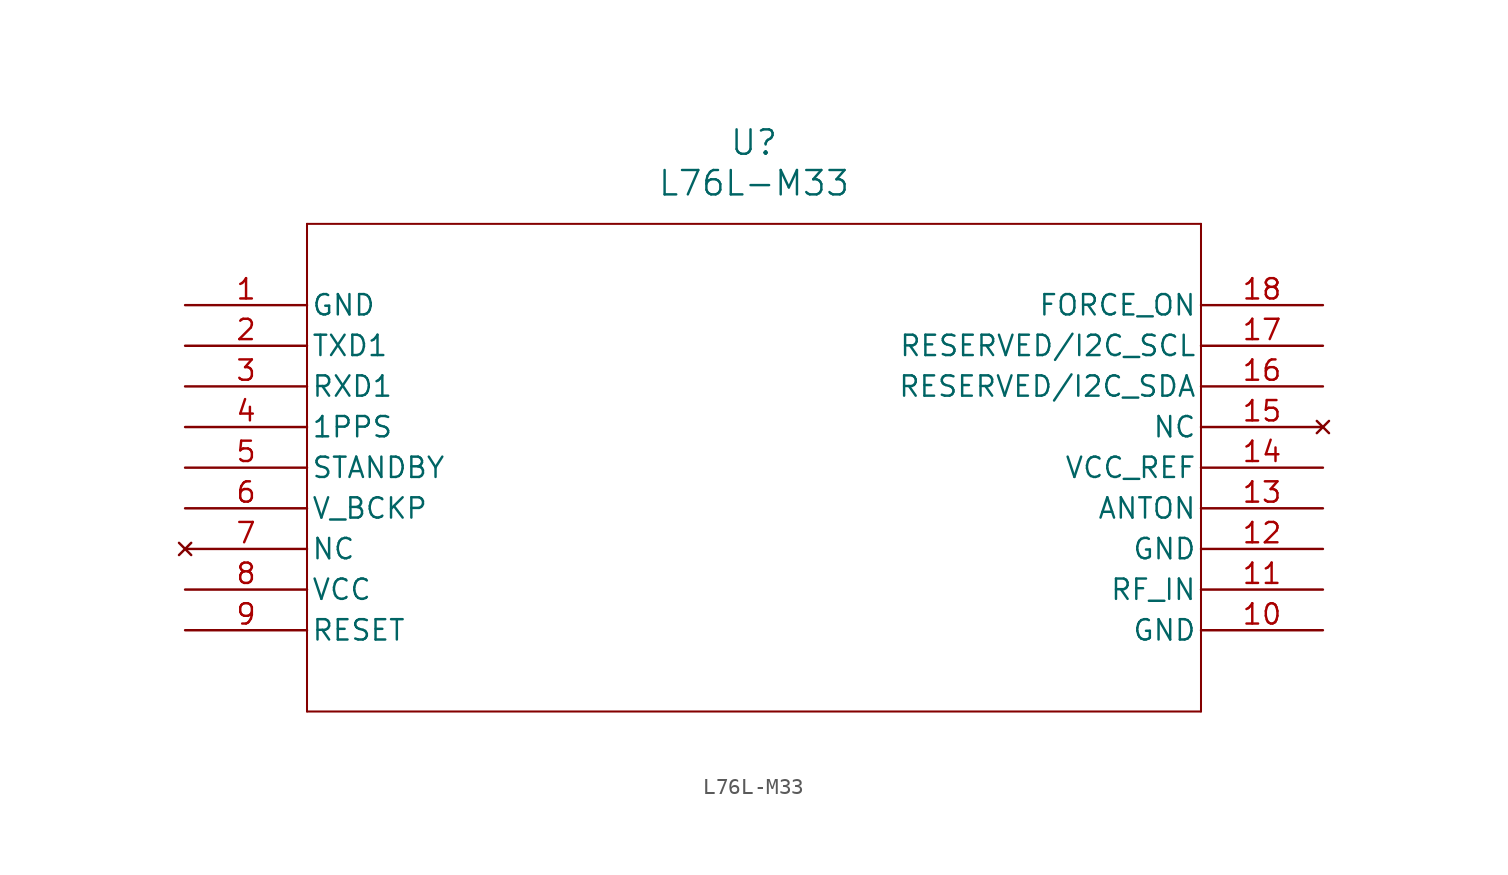
<source format=kicad_sym>
(kicad_symbol_lib
  (version 20211014)
  (generator kicad_symbol_editor)
  (symbol "L76L-M33"
    (pin_names
      (offset 0.254))
    (property "Reference" "U"
      (at 35.56 10.16 0)
      (effects (font (size 1.524 1.524))))
    (property "Value" "L76L-M33"
      (at 35.56 7.62 0)
      (effects (font (size 1.524 1.524))))
    (symbol "L76L-M33_0_1"
      (polyline (pts (xy 7.62 5.08) (xy 7.62 -25.4)) (stroke (width 0.127) (type default) (color 0 0 0 0)) (fill (type none)))
      (polyline (pts (xy 7.62 -25.4) (xy 63.5 -25.4)) (stroke (width 0.127) (type default) (color 0 0 0 0)) (fill (type none)))
      (polyline (pts (xy 63.5 -25.4) (xy 63.5 5.08)) (stroke (width 0.127) (type default) (color 0 0 0 0)) (fill (type none)))
      (polyline (pts (xy 63.5 5.08) (xy 7.62 5.08)) (stroke (width 0.127) (type default) (color 0 0 0 0)) (fill (type none)))
      (pin power_out line (at 0 0 0) (length 7.62) (name "GND" (effects (font (size 1.27 1.27)))) (number "1" (effects (font (size 1.27 1.27)))))
      (pin output line (at 0 -2.54 0) (length 7.62) (name "TXD1" (effects (font (size 1.27 1.27)))) (number "2" (effects (font (size 1.27 1.27)))))
      (pin input line (at 0 -5.08 0) (length 7.62) (name "RXD1" (effects (font (size 1.27 1.27)))) (number "3" (effects (font (size 1.27 1.27)))))
      (pin output line (at 0 -7.62 0) (length 7.62) (name "1PPS" (effects (font (size 1.27 1.27)))) (number "4" (effects (font (size 1.27 1.27)))))
      (pin input line (at 0 -10.16 0) (length 7.62) (name "STANDBY" (effects (font (size 1.27 1.27)))) (number "5" (effects (font (size 1.27 1.27)))))
      (pin power_in line (at 0 -12.7 0) (length 7.62) (name "V_BCKP" (effects (font (size 1.27 1.27)))) (number "6" (effects (font (size 1.27 1.27)))))
      (pin no_connect line (at 0 -15.24 0) (length 7.62) (name "NC" (effects (font (size 1.27 1.27)))) (number "7" (effects (font (size 1.27 1.27)))))
      (pin power_in line (at 0 -17.78 0) (length 7.62) (name "VCC" (effects (font (size 1.27 1.27)))) (number "8" (effects (font (size 1.27 1.27)))))
      (pin input line (at 0 -20.32 0) (length 7.62) (name "RESET" (effects (font (size 1.27 1.27)))) (number "9" (effects (font (size 1.27 1.27)))))
      (pin power_out line (at 71.12 -20.32 180) (length 7.62) (name "GND" (effects (font (size 1.27 1.27)))) (number "10" (effects (font (size 1.27 1.27)))))
      (pin input line (at 71.12 -17.78 180) (length 7.62) (name "RF_IN" (effects (font (size 1.27 1.27)))) (number "11" (effects (font (size 1.27 1.27)))))
      (pin power_out line (at 71.12 -15.24 180) (length 7.62) (name "GND" (effects (font (size 1.27 1.27)))) (number "12" (effects (font (size 1.27 1.27)))))
      (pin output line (at 71.12 -12.7 180) (length 7.62) (name "ANTON" (effects (font (size 1.27 1.27)))) (number "13" (effects (font (size 1.27 1.27)))))
      (pin power_in line (at 71.12 -10.16 180) (length 7.62) (name "VCC_REF" (effects (font (size 1.27 1.27)))) (number "14" (effects (font (size 1.27 1.27)))))
      (pin no_connect line (at 71.12 -7.62 180) (length 7.62) (name "NC" (effects (font (size 1.27 1.27)))) (number "15" (effects (font (size 1.27 1.27)))))
      (pin bidirectional line (at 71.12 -5.08 180) (length 7.62) (name "RESERVED/I2C_SDA" (effects (font (size 1.27 1.27)))) (number "16" (effects (font (size 1.27 1.27)))))
      (pin bidirectional line (at 71.12 -2.54 180) (length 7.62) (name "RESERVED/I2C_SCL" (effects (font (size 1.27 1.27)))) (number "17" (effects (font (size 1.27 1.27)))))
      (pin input line (at 71.12 0 180) (length 7.62) (name "FORCE_ON" (effects (font (size 1.27 1.27)))) (number "18" (effects (font (size 1.27 1.27))))))))
</source>
